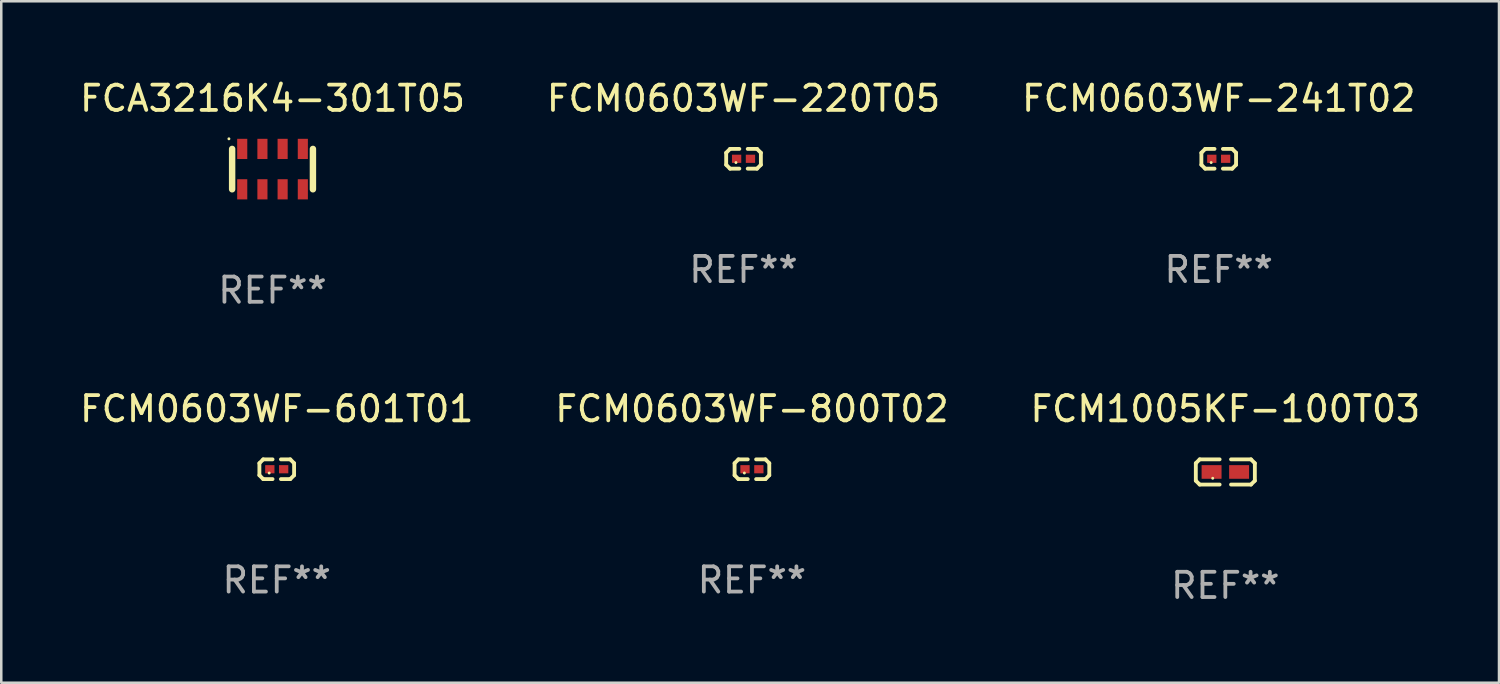
<source format=kicad_pcb>
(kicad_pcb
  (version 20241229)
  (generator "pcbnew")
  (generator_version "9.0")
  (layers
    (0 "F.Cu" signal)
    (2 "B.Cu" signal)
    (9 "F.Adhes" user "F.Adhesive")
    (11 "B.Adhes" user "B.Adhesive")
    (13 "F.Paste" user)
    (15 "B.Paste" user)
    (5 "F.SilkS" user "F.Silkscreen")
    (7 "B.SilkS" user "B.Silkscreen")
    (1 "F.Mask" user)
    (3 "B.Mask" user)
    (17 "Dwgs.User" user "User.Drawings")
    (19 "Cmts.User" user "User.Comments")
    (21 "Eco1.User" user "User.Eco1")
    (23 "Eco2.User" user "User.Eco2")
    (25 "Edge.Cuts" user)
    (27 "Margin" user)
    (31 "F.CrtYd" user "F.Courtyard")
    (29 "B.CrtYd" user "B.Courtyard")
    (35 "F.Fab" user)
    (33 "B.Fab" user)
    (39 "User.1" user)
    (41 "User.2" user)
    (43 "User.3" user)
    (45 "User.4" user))
  (footprint "FCM0603WF-241T02"
    (layer "F.Cu")
    (at 45.22 3.239)
    (property "Reference" "FCM0603WF-241T02" (at 0 -2.391 0) (layer "F.SilkS") (effects (font (size 1 1) (thickness 0.15))))
    (attr through_hole)
    (fp_line (start -0.687 -0.238) (end -0.535 -0.391) (stroke (width 0.152) (type solid)) (layer "F.SilkS"))
    (fp_line (start -0.687 0.238) (end -0.687 -0.238) (stroke (width 0.152) (type solid)) (layer "F.SilkS"))
    (fp_line (start -0.535 -0.391) (end -0.166 -0.391) (stroke (width 0.152) (type solid)) (layer "F.SilkS"))
    (fp_line (start -0.535 0.391) (end -0.687 0.238) (stroke (width 0.152) (type solid)) (layer "F.SilkS"))
    (fp_line (start -0.166 0.391) (end -0.535 0.391) (stroke (width 0.152) (type solid)) (layer "F.SilkS"))
    (fp_line (start 0.166 0.391) (end 0.535 0.391) (stroke (width 0.152) (type solid)) (layer "F.SilkS"))
    (fp_line (start 0.535 -0.391) (end 0.166 -0.391) (stroke (width 0.152) (type solid)) (layer "F.SilkS"))
    (fp_line (start 0.535 0.391) (end 0.687 0.238) (stroke (width 0.152) (type solid)) (layer "F.SilkS"))
    (fp_line (start 0.687 -0.238) (end 0.535 -0.391) (stroke (width 0.152) (type solid)) (layer "F.SilkS"))
    (fp_line (start 0.687 0.238) (end 0.687 -0.238) (stroke (width 0.152) (type solid)) (layer "F.SilkS"))
    (fp_circle (center -0.3 0.15) (end -0.27 0.15) (stroke (width 0.06) (type solid)) (fill no) (layer "F.SilkS"))
    (fp_text user "REF**" (at 0 4.391 0) (layer "F.Fab") (effects (font (size 1 1) (thickness 0.15))))
    (pad "1" smd rect (at -0.274 0) (size 0.368 0.324) (layers "F.Cu" "F.Mask" "F.Paste"))
    (pad "2" smd rect (at 0.274 0) (size 0.368 0.324) (layers "F.Cu" "F.Mask" "F.Paste")))
  (footprint "FCM0603WF-800T02"
    (layer "F.Cu")
    (at 26.732 15.535)
    (property "Reference" "FCM0603WF-800T02" (at 0 -2.391 0) (layer "F.SilkS") (effects (font (size 1 1) (thickness 0.15))))
    (attr through_hole)
    (fp_line (start -0.687 -0.238) (end -0.535 -0.391) (stroke (width 0.152) (type solid)) (layer "F.SilkS"))
    (fp_line (start -0.687 0.238) (end -0.687 -0.238) (stroke (width 0.152) (type solid)) (layer "F.SilkS"))
    (fp_line (start -0.535 -0.391) (end -0.166 -0.391) (stroke (width 0.152) (type solid)) (layer "F.SilkS"))
    (fp_line (start -0.535 0.391) (end -0.687 0.238) (stroke (width 0.152) (type solid)) (layer "F.SilkS"))
    (fp_line (start -0.166 0.391) (end -0.535 0.391) (stroke (width 0.152) (type solid)) (layer "F.SilkS"))
    (fp_line (start 0.166 0.391) (end 0.535 0.391) (stroke (width 0.152) (type solid)) (layer "F.SilkS"))
    (fp_line (start 0.535 -0.391) (end 0.166 -0.391) (stroke (width 0.152) (type solid)) (layer "F.SilkS"))
    (fp_line (start 0.535 0.391) (end 0.687 0.238) (stroke (width 0.152) (type solid)) (layer "F.SilkS"))
    (fp_line (start 0.687 -0.238) (end 0.535 -0.391) (stroke (width 0.152) (type solid)) (layer "F.SilkS"))
    (fp_line (start 0.687 0.238) (end 0.687 -0.238) (stroke (width 0.152) (type solid)) (layer "F.SilkS"))
    (fp_circle (center -0.3 0.15) (end -0.27 0.15) (stroke (width 0.06) (type solid)) (fill no) (layer "F.SilkS"))
    (fp_text user "REF**" (at 0 4.391 0) (layer "F.Fab") (effects (font (size 1 1) (thickness 0.15))))
    (pad "1" smd rect (at -0.274 0) (size 0.368 0.324) (layers "F.Cu" "F.Mask" "F.Paste"))
    (pad "2" smd rect (at 0.274 0) (size 0.368 0.324) (layers "F.Cu" "F.Mask" "F.Paste")))
  (footprint "FCA3216K4-301T05"
    (layer "F.Cu")
    (at 7.744 3.648)
    (property "Reference" "FCA3216K4-301T05" (at 0 -2.8 0) (layer "F.SilkS") (effects (font (size 1 1) (thickness 0.15))))
    (attr through_hole)
    (fp_line (start -1.6 -0.8) (end -1.6 0.8) (stroke (width 0.254) (type solid)) (layer "F.SilkS"))
    (fp_line (start 1.6 -0.8) (end 1.6 0.8) (stroke (width 0.254) (type solid)) (layer "F.SilkS"))
    (fp_circle (center -1.727 -1.2) (end -1.697 -1.2) (stroke (width 0.06) (type solid)) (fill no) (layer "F.SilkS"))
    (fp_text user "REF**" (at 0 4.8 0) (layer "F.Fab") (effects (font (size 1 1) (thickness 0.15))))
    (pad "1" smd rect (at -1.2 -0.8) (size 0.4 0.8) (layers "F.Cu" "F.Mask" "F.Paste"))
    (pad "2" smd rect (at -0.4 -0.8) (size 0.4 0.8) (layers "F.Cu" "F.Mask" "F.Paste"))
    (pad "3" smd rect (at 0.4 -0.8) (size 0.4 0.8) (layers "F.Cu" "F.Mask" "F.Paste"))
    (pad "4" smd rect (at 1.2 -0.8) (size 0.4 0.8) (layers "F.Cu" "F.Mask" "F.Paste"))
    (pad "5" smd rect (at -1.2 0.8) (size 0.4 0.8) (layers "F.Cu" "F.Mask" "F.Paste"))
    (pad "6" smd rect (at -0.4 0.8) (size 0.4 0.8) (layers "F.Cu" "F.Mask" "F.Paste"))
    (pad "7" smd rect (at 0.4 0.8) (size 0.4 0.8) (layers "F.Cu" "F.Mask" "F.Paste"))
    (pad "8" smd rect (at 1.2 0.8) (size 0.4 0.8) (layers "F.Cu" "F.Mask" "F.Paste")))
  (footprint "FCM0603WF-601T01"
    (layer "F.Cu")
    (at 7.911 15.535)
    (property "Reference" "FCM0603WF-601T01" (at 0 -2.391 0) (layer "F.SilkS") (effects (font (size 1 1) (thickness 0.15))))
    (attr through_hole)
    (fp_line (start -0.687 -0.238) (end -0.535 -0.391) (stroke (width 0.152) (type solid)) (layer "F.SilkS"))
    (fp_line (start -0.687 0.238) (end -0.687 -0.238) (stroke (width 0.152) (type solid)) (layer "F.SilkS"))
    (fp_line (start -0.535 -0.391) (end -0.166 -0.391) (stroke (width 0.152) (type solid)) (layer "F.SilkS"))
    (fp_line (start -0.535 0.391) (end -0.687 0.238) (stroke (width 0.152) (type solid)) (layer "F.SilkS"))
    (fp_line (start -0.166 0.391) (end -0.535 0.391) (stroke (width 0.152) (type solid)) (layer "F.SilkS"))
    (fp_line (start 0.166 0.391) (end 0.535 0.391) (stroke (width 0.152) (type solid)) (layer "F.SilkS"))
    (fp_line (start 0.535 -0.391) (end 0.166 -0.391) (stroke (width 0.152) (type solid)) (layer "F.SilkS"))
    (fp_line (start 0.535 0.391) (end 0.687 0.238) (stroke (width 0.152) (type solid)) (layer "F.SilkS"))
    (fp_line (start 0.687 -0.238) (end 0.535 -0.391) (stroke (width 0.152) (type solid)) (layer "F.SilkS"))
    (fp_line (start 0.687 0.238) (end 0.687 -0.238) (stroke (width 0.152) (type solid)) (layer "F.SilkS"))
    (fp_circle (center -0.3 0.15) (end -0.27 0.15) (stroke (width 0.06) (type solid)) (fill no) (layer "F.SilkS"))
    (fp_text user "REF**" (at 0 4.391 0) (layer "F.Fab") (effects (font (size 1 1) (thickness 0.15))))
    (pad "1" smd rect (at -0.274 0) (size 0.368 0.324) (layers "F.Cu" "F.Mask" "F.Paste"))
    (pad "2" smd rect (at 0.274 0) (size 0.368 0.324) (layers "F.Cu" "F.Mask" "F.Paste")))
  (footprint "FCM1005KF-100T03"
    (layer "F.Cu")
    (at 45.482 15.643)
    (property "Reference" "FCM1005KF-100T03" (at 0 -2.499 0) (layer "F.SilkS") (effects (font (size 1 1) (thickness 0.15))))
    (attr through_hole)
    (fp_line (start -1.169 -0.346) (end -1.016 -0.499) (stroke (width 0.152) (type solid)) (layer "F.SilkS"))
    (fp_line (start -1.169 0.346) (end -1.169 -0.346) (stroke (width 0.152) (type solid)) (layer "F.SilkS"))
    (fp_line (start -1.016 -0.499) (end -0.226 -0.499) (stroke (width 0.152) (type solid)) (layer "F.SilkS"))
    (fp_line (start -1.016 0.499) (end -1.169 0.346) (stroke (width 0.152) (type solid)) (layer "F.SilkS"))
    (fp_line (start -0.226 0.499) (end -1.016 0.499) (stroke (width 0.152) (type solid)) (layer "F.SilkS"))
    (fp_line (start 0.226 0.499) (end 1.016 0.499) (stroke (width 0.152) (type solid)) (layer "F.SilkS"))
    (fp_line (start 1.016 -0.499) (end 0.226 -0.499) (stroke (width 0.152) (type solid)) (layer "F.SilkS"))
    (fp_line (start 1.016 0.499) (end 1.169 0.346) (stroke (width 0.152) (type solid)) (layer "F.SilkS"))
    (fp_line (start 1.169 -0.346) (end 1.016 -0.499) (stroke (width 0.152) (type solid)) (layer "F.SilkS"))
    (fp_line (start 1.169 0.346) (end 1.169 -0.346) (stroke (width 0.152) (type solid)) (layer "F.SilkS"))
    (fp_circle (center -0.5 0.25) (end -0.47 0.25) (stroke (width 0.06) (type solid)) (fill no) (layer "F.SilkS"))
    (fp_text user "REF**" (at 0 4.499 0) (layer "F.Fab") (effects (font (size 1 1) (thickness 0.15))))
    (pad "1" smd rect (at -0.545 0) (size 0.79 0.54) (layers "F.Cu" "F.Mask" "F.Paste"))
    (pad "2" smd rect (at 0.545 0) (size 0.79 0.54) (layers "F.Cu" "F.Mask" "F.Paste")))
  (footprint "FCM0603WF-220T05"
    (layer "F.Cu")
    (at 26.399 3.239)
    (property "Reference" "FCM0603WF-220T05" (at 0 -2.391 0) (layer "F.SilkS") (effects (font (size 1 1) (thickness 0.15))))
    (attr through_hole)
    (fp_line (start -0.687 -0.238) (end -0.535 -0.391) (stroke (width 0.152) (type solid)) (layer "F.SilkS"))
    (fp_line (start -0.687 0.238) (end -0.687 -0.238) (stroke (width 0.152) (type solid)) (layer "F.SilkS"))
    (fp_line (start -0.535 -0.391) (end -0.166 -0.391) (stroke (width 0.152) (type solid)) (layer "F.SilkS"))
    (fp_line (start -0.535 0.391) (end -0.687 0.238) (stroke (width 0.152) (type solid)) (layer "F.SilkS"))
    (fp_line (start -0.166 0.391) (end -0.535 0.391) (stroke (width 0.152) (type solid)) (layer "F.SilkS"))
    (fp_line (start 0.166 0.391) (end 0.535 0.391) (stroke (width 0.152) (type solid)) (layer "F.SilkS"))
    (fp_line (start 0.535 -0.391) (end 0.166 -0.391) (stroke (width 0.152) (type solid)) (layer "F.SilkS"))
    (fp_line (start 0.535 0.391) (end 0.687 0.238) (stroke (width 0.152) (type solid)) (layer "F.SilkS"))
    (fp_line (start 0.687 -0.238) (end 0.535 -0.391) (stroke (width 0.152) (type solid)) (layer "F.SilkS"))
    (fp_line (start 0.687 0.238) (end 0.687 -0.238) (stroke (width 0.152) (type solid)) (layer "F.SilkS"))
    (fp_circle (center -0.3 0.15) (end -0.27 0.15) (stroke (width 0.06) (type solid)) (fill no) (layer "F.SilkS"))
    (fp_text user "REF**" (at 0 4.391 0) (layer "F.Fab") (effects (font (size 1 1) (thickness 0.15))))
    (pad "1" smd rect (at -0.274 0) (size 0.368 0.324) (layers "F.Cu" "F.Mask" "F.Paste"))
    (pad "2" smd rect (at 0.274 0) (size 0.368 0.324) (layers "F.Cu" "F.Mask" "F.Paste")))
  (gr_rect
    (start -3 -3)
    (end 56.321 23.99)
    (stroke (width 0.1) (type default))
    (fill no)
    (layer "Edge.Cuts")))
</source>
